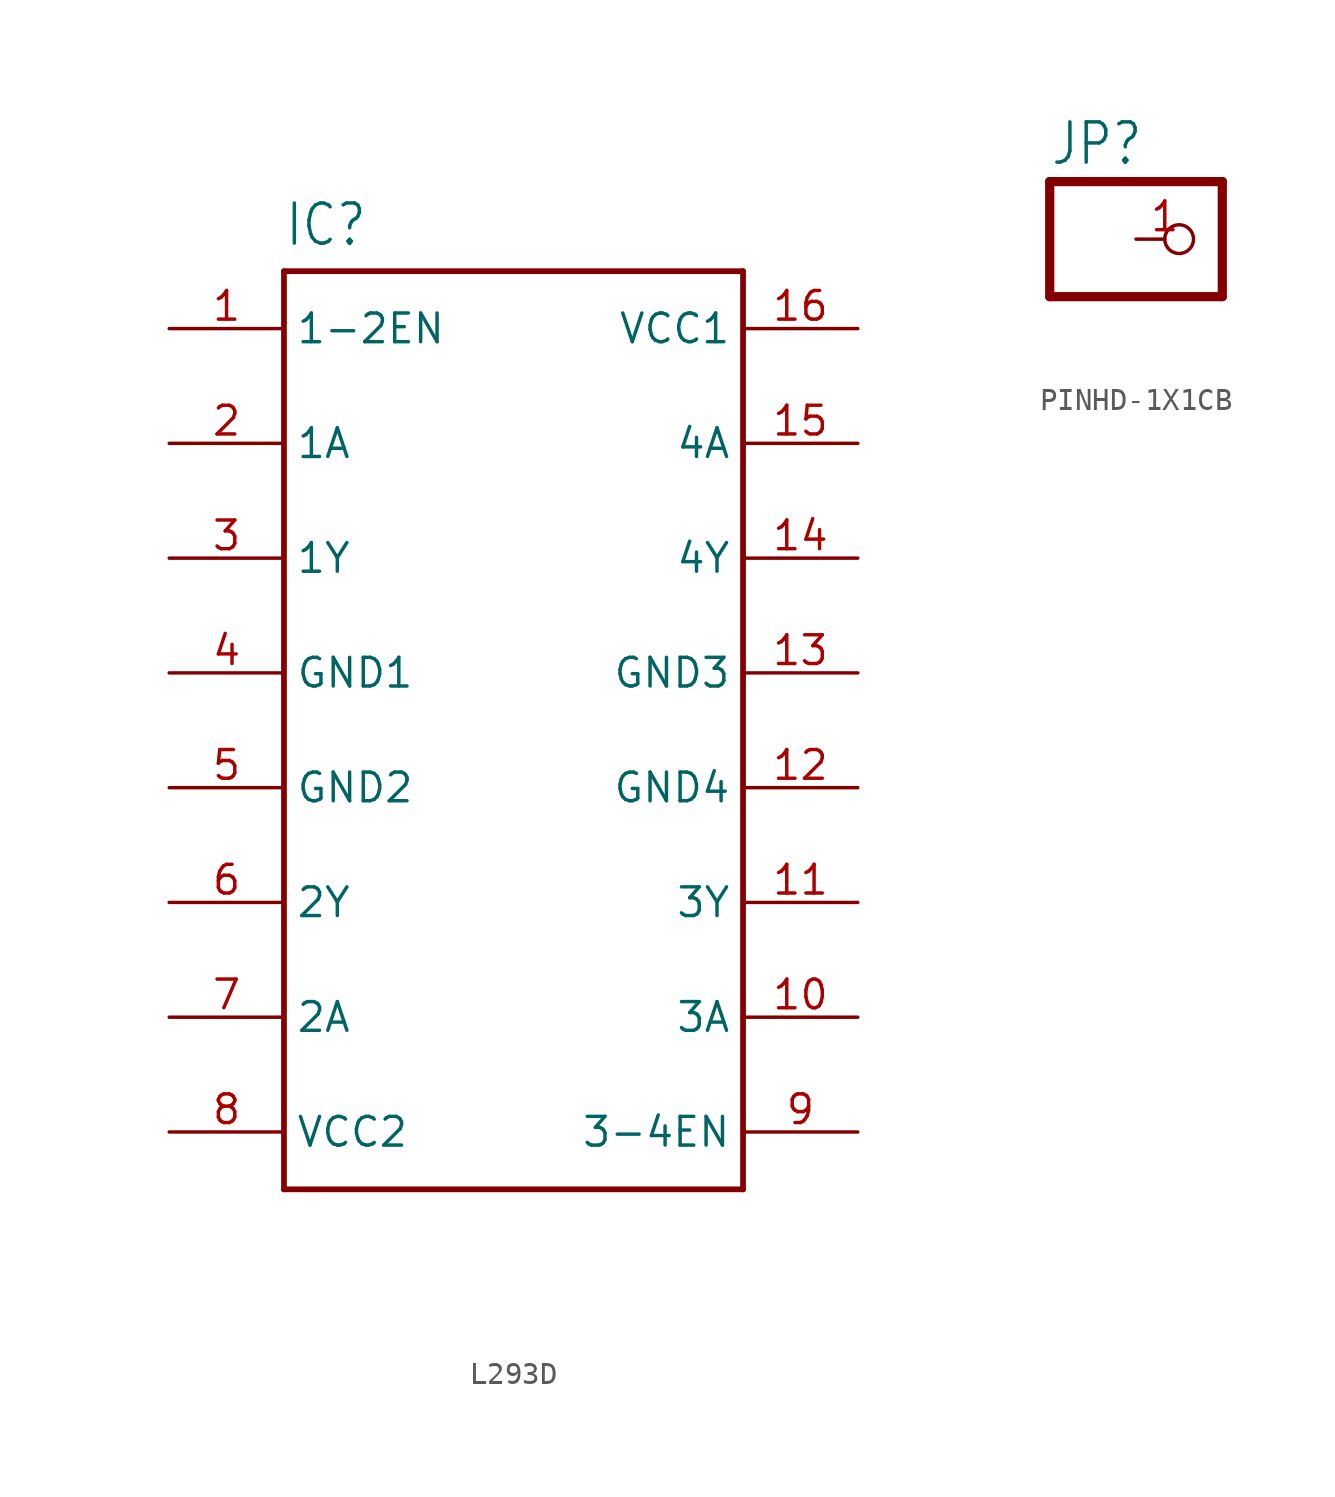
<source format=kicad_sym>
(kicad_symbol_lib
  (version 20231120)
  (generator "kicad_symbol_editor")
  (generator_version "8.0")
  (symbol "L293D"
    (property "Reference" "IC"
      (at -10.16 21.336 0)
      (effects (font (size 1.778 1.511)) (justify left bottom)))
    (property "Value" ""
      (at -10.16 -22.86 0)
      (effects (font (size 1.778 1.511)) (justify left bottom)))
    (property "ki_locked" ""
      (at 0 0 0)
      (effects (font (size 1.27 1.27))))
    (symbol "L293D_1_0"
      (polyline (pts (xy -10.16 -20.32) (xy 10.16 -20.32)) (stroke (width 0.254) (type solid)) (fill (type none)))
      (polyline (pts (xy -10.16 20.32) (xy -10.16 -20.32)) (stroke (width 0.254) (type solid)) (fill (type none)))
      (polyline (pts (xy 10.16 -20.32) (xy 10.16 20.32)) (stroke (width 0.254) (type solid)) (fill (type none)))
      (polyline (pts (xy 10.16 20.32) (xy -10.16 20.32)) (stroke (width 0.254) (type solid)) (fill (type none)))
      (pin input line (at -15.24 17.78 0) (length 5.08) (name "1-2EN" (effects (font (size 1.27 1.27)))) (number "1" (effects (font (size 1.27 1.27)))))
      (pin input line (at 15.24 -12.7 180) (length 5.08) (name "3A" (effects (font (size 1.27 1.27)))) (number "10" (effects (font (size 1.27 1.27)))))
      (pin output line (at 15.24 -7.62 180) (length 5.08) (name "3Y" (effects (font (size 1.27 1.27)))) (number "11" (effects (font (size 1.27 1.27)))))
      (pin power_in line (at 15.24 -2.54 180) (length 5.08) (name "GND4" (effects (font (size 1.27 1.27)))) (number "12" (effects (font (size 1.27 1.27)))))
      (pin power_in line (at 15.24 2.54 180) (length 5.08) (name "GND3" (effects (font (size 1.27 1.27)))) (number "13" (effects (font (size 1.27 1.27)))))
      (pin output line (at 15.24 7.62 180) (length 5.08) (name "4Y" (effects (font (size 1.27 1.27)))) (number "14" (effects (font (size 1.27 1.27)))))
      (pin input line (at 15.24 12.7 180) (length 5.08) (name "4A" (effects (font (size 1.27 1.27)))) (number "15" (effects (font (size 1.27 1.27)))))
      (pin power_in line (at 15.24 17.78 180) (length 5.08) (name "VCC1" (effects (font (size 1.27 1.27)))) (number "16" (effects (font (size 1.27 1.27)))))
      (pin input line (at -15.24 12.7 0) (length 5.08) (name "1A" (effects (font (size 1.27 1.27)))) (number "2" (effects (font (size 1.27 1.27)))))
      (pin output line (at -15.24 7.62 0) (length 5.08) (name "1Y" (effects (font (size 1.27 1.27)))) (number "3" (effects (font (size 1.27 1.27)))))
      (pin power_in line (at -15.24 2.54 0) (length 5.08) (name "GND1" (effects (font (size 1.27 1.27)))) (number "4" (effects (font (size 1.27 1.27)))))
      (pin power_in line (at -15.24 -2.54 0) (length 5.08) (name "GND2" (effects (font (size 1.27 1.27)))) (number "5" (effects (font (size 1.27 1.27)))))
      (pin output line (at -15.24 -7.62 0) (length 5.08) (name "2Y" (effects (font (size 1.27 1.27)))) (number "6" (effects (font (size 1.27 1.27)))))
      (pin input line (at -15.24 -12.7 0) (length 5.08) (name "2A" (effects (font (size 1.27 1.27)))) (number "7" (effects (font (size 1.27 1.27)))))
      (pin power_in line (at -15.24 -17.78 0) (length 5.08) (name "VCC2" (effects (font (size 1.27 1.27)))) (number "8" (effects (font (size 1.27 1.27)))))
      (pin input line (at 15.24 -17.78 180) (length 5.08) (name "3-4EN" (effects (font (size 1.27 1.27)))) (number "9" (effects (font (size 1.27 1.27)))))))
  (symbol "PINHD-1X1CB"
    (property "Reference" "JP"
      (at -6.35 3.175 0)
      (effects (font (size 1.778 1.511)) (justify left bottom)))
    (property "Value" ""
      (at -6.35 -5.08 0)
      (effects (font (size 1.778 1.511)) (justify left bottom)))
    (property "ki_locked" ""
      (at 0 0 0)
      (effects (font (size 1.27 1.27))))
    (symbol "PINHD-1X1CB_1_0"
      (polyline (pts (xy -6.35 -2.54) (xy 1.27 -2.54)) (stroke (width 0.406) (type solid)) (fill (type none)))
      (polyline (pts (xy -6.35 2.54) (xy -6.35 -2.54)) (stroke (width 0.406) (type solid)) (fill (type none)))
      (polyline (pts (xy 1.27 -2.54) (xy 1.27 2.54)) (stroke (width 0.406) (type solid)) (fill (type none)))
      (polyline (pts (xy 1.27 2.54) (xy -6.35 2.54)) (stroke (width 0.406) (type solid)) (fill (type none)))
      (pin passive inverted (at -2.54 0 0) (length 2.54) (name "1" (effects (font (size 0 0)))) (number "1" (effects (font (size 1.27 1.27))))))))
</source>
